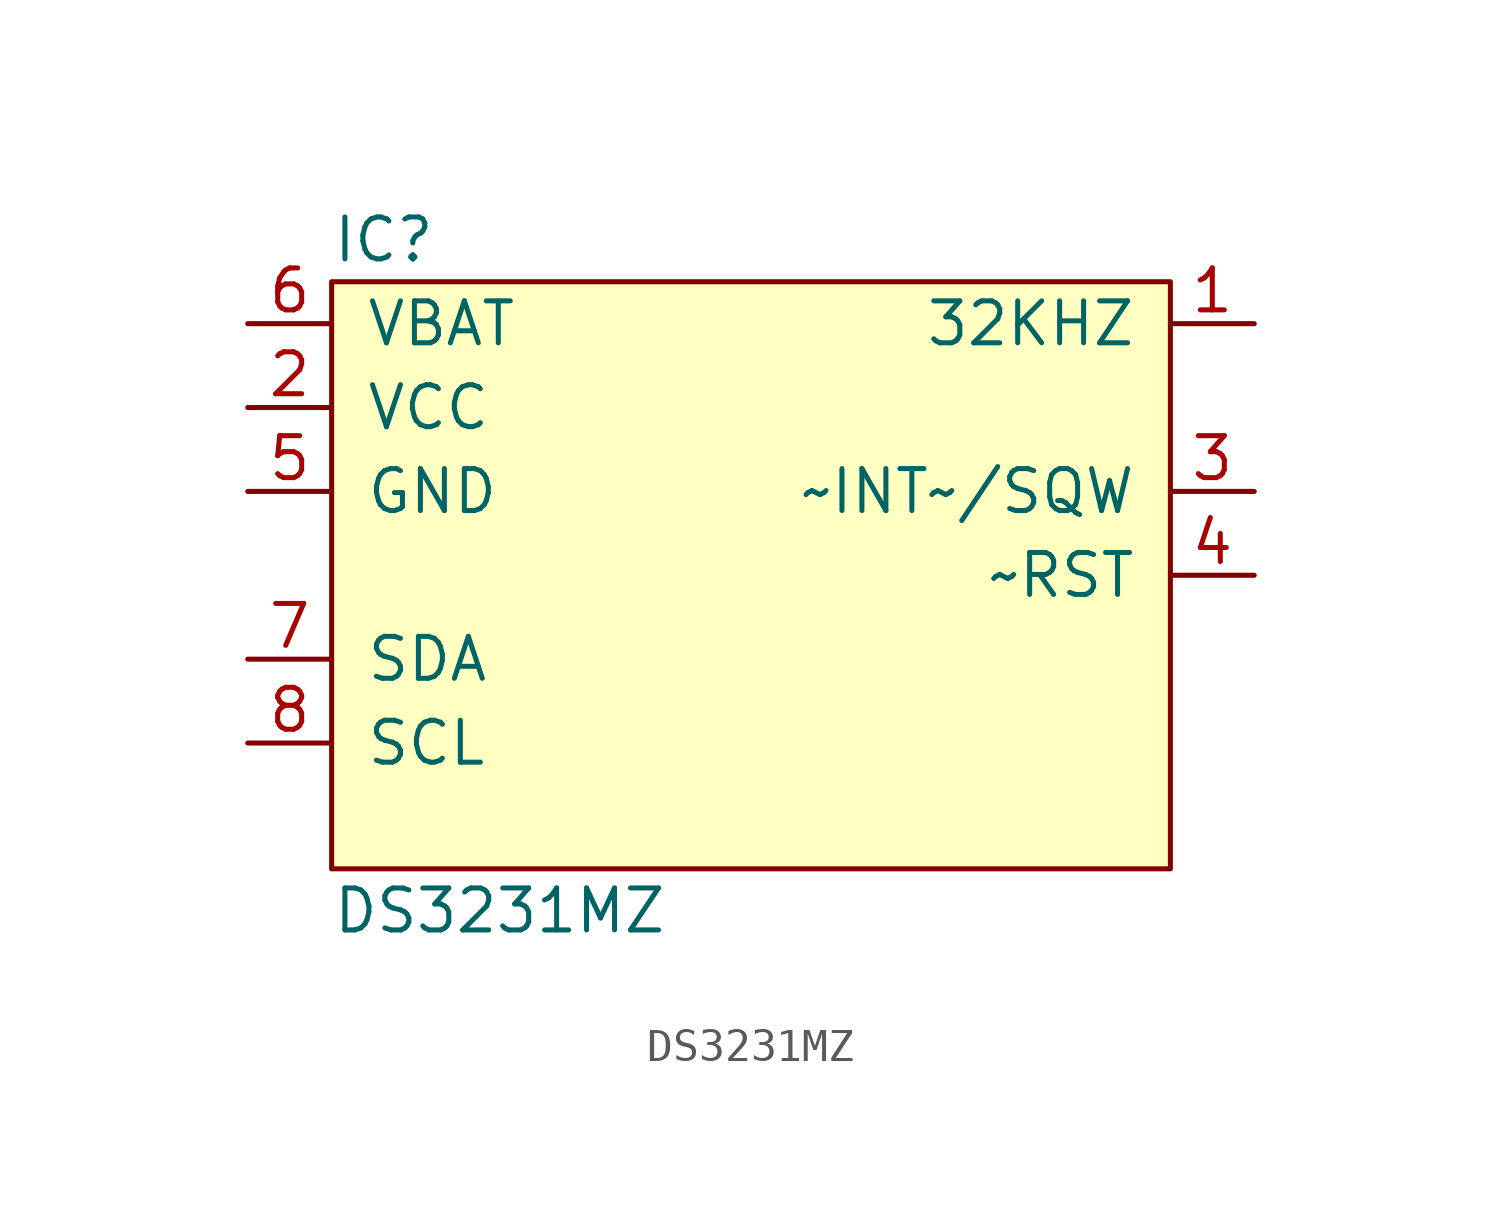
<source format=kicad_sym>
(kicad_symbol_lib
  (version 20211014)
  (generator agg_kicad.build_lib_ic)
  (symbol "DS3231MZ"
    (pin_names
      (offset 1.016))
    (property Reference IC
      (at -12.7 10.16 0)
      (effects (font (size 1.27 1.27)) (justify left)))
    (property Value "DS3231MZ"
      (at -12.7 -10.16 0)
      (effects (font (size 1.27 1.27)) (justify left)))
    (symbol "DS3231MZ_0_0"
      (rectangle (start -12.7 8.89) (end 12.7 -8.89) (stroke (width 0) (type default) (color 0 0 0 0)) (fill (type background)))
      (pin power_in line (at -15.24 7.62 0) (length 2.54) (name VBAT (effects (font (size 1.27 1.27)))) (number "6" (effects (font (size 1.27 1.27)))))
      (pin power_in line (at -15.24 5.08 0) (length 2.54) (name VCC (effects (font (size 1.27 1.27)))) (number "2" (effects (font (size 1.27 1.27)))))
      (pin power_in line (at -15.24 2.54 0) (length 2.54) (name GND (effects (font (size 1.27 1.27)))) (number "5" (effects (font (size 1.27 1.27)))))
      (pin open_collector line (at -15.24 -2.54 0) (length 2.54) (name SDA (effects (font (size 1.27 1.27)))) (number "7" (effects (font (size 1.27 1.27)))))
      (pin input line (at -15.24 -5.08 0) (length 2.54) (name SCL (effects (font (size 1.27 1.27)))) (number "8" (effects (font (size 1.27 1.27)))))
      (pin open_collector line (at 15.24 7.62 180) (length 2.54) (name "32KHZ" (effects (font (size 1.27 1.27)))) (number "1" (effects (font (size 1.27 1.27)))))
      (pin open_collector line (at 15.24 2.54 180) (length 2.54) (name "~INT~/SQW" (effects (font (size 1.27 1.27)))) (number "3" (effects (font (size 1.27 1.27)))))
      (pin bidirectional line (at 15.24 0 180) (length 2.54) (name "~RST" (effects (font (size 1.27 1.27)))) (number "4" (effects (font (size 1.27 1.27))))))))
</source>
